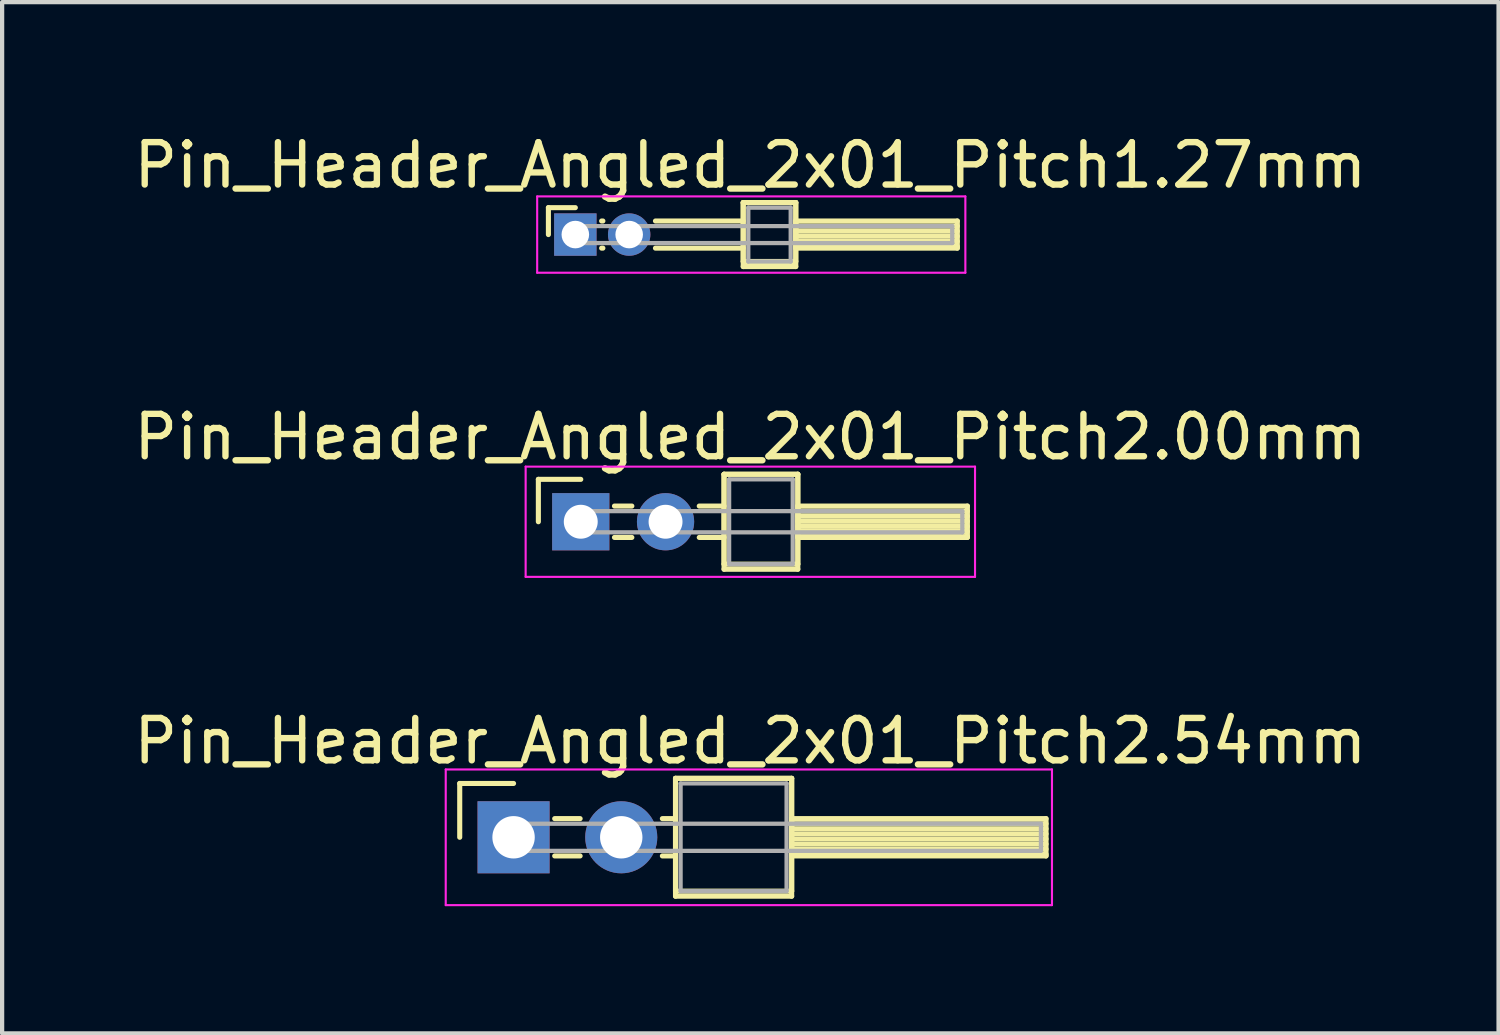
<source format=kicad_pcb>
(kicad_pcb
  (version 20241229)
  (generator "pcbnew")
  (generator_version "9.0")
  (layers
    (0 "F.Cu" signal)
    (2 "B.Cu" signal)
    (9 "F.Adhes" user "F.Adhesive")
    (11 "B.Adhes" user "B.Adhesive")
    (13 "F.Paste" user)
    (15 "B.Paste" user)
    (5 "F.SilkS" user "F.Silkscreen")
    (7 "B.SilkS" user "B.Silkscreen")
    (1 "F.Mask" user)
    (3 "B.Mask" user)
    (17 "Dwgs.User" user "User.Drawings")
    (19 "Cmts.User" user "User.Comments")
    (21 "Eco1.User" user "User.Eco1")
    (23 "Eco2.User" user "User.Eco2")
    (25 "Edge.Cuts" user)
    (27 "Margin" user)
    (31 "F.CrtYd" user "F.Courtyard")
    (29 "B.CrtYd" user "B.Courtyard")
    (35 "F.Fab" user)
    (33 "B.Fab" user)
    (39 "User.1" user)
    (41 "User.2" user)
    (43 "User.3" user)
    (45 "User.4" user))
  (footprint "Pin_Header_Angled_2x01_Pitch2.54mm"
    (layer "F.Cu")
    (at 9.064 16.7)
    (property "Reference" "Pin_Header_Angled_2x01_Pitch2.54mm" (at 5.585 -2.27 0) (layer "F.SilkS") (effects (font (size 1 1) (thickness 0.15))))
    (attr through_hole)
    (fp_line (start -1.27 -1.27) (end 0 -1.27) (stroke (width 0.12) (type solid)) (layer "F.SilkS"))
    (fp_line (start -1.27 0) (end -1.27 -1.27) (stroke (width 0.12) (type solid)) (layer "F.SilkS"))
    (fp_line (start 0.97 -0.44) (end 1.57 -0.44) (stroke (width 0.12) (type solid)) (layer "F.SilkS"))
    (fp_line (start 0.97 0.44) (end 1.57 0.44) (stroke (width 0.12) (type solid)) (layer "F.SilkS"))
    (fp_line (start 3.51 -0.44) (end 3.82 -0.44) (stroke (width 0.12) (type solid)) (layer "F.SilkS"))
    (fp_line (start 3.51 0.44) (end 3.82 0.44) (stroke (width 0.12) (type solid)) (layer "F.SilkS"))
    (fp_line (start 3.82 -1.39) (end 3.82 1.27) (stroke (width 0.12) (type solid)) (layer "F.SilkS"))
    (fp_line (start 3.82 -1.39) (end 3.82 1.39) (stroke (width 0.12) (type solid)) (layer "F.SilkS"))
    (fp_line (start 3.82 1.27) (end 6.56 1.27) (stroke (width 0.12) (type solid)) (layer "F.SilkS"))
    (fp_line (start 3.82 1.39) (end 6.56 1.39) (stroke (width 0.12) (type solid)) (layer "F.SilkS"))
    (fp_line (start 6.56 -1.39) (end 3.82 -1.39) (stroke (width 0.12) (type solid)) (layer "F.SilkS"))
    (fp_line (start 6.56 -1.39) (end 3.82 -1.39) (stroke (width 0.12) (type solid)) (layer "F.SilkS"))
    (fp_line (start 6.56 -0.44) (end 6.56 0.44) (stroke (width 0.12) (type solid)) (layer "F.SilkS"))
    (fp_line (start 6.56 -0.32) (end 12.56 -0.32) (stroke (width 0.12) (type solid)) (layer "F.SilkS"))
    (fp_line (start 6.56 -0.2) (end 12.56 -0.2) (stroke (width 0.12) (type solid)) (layer "F.SilkS"))
    (fp_line (start 6.56 -0.08) (end 12.56 -0.08) (stroke (width 0.12) (type solid)) (layer "F.SilkS"))
    (fp_line (start 6.56 0.04) (end 12.56 0.04) (stroke (width 0.12) (type solid)) (layer "F.SilkS"))
    (fp_line (start 6.56 0.16) (end 12.56 0.16) (stroke (width 0.12) (type solid)) (layer "F.SilkS"))
    (fp_line (start 6.56 0.28) (end 12.56 0.28) (stroke (width 0.12) (type solid)) (layer "F.SilkS"))
    (fp_line (start 6.56 0.4) (end 12.56 0.4) (stroke (width 0.12) (type solid)) (layer "F.SilkS"))
    (fp_line (start 6.56 0.44) (end 12.56 0.44) (stroke (width 0.12) (type solid)) (layer "F.SilkS"))
    (fp_line (start 6.56 1.27) (end 6.56 -1.39) (stroke (width 0.12) (type solid)) (layer "F.SilkS"))
    (fp_line (start 6.56 1.39) (end 6.56 -1.39) (stroke (width 0.12) (type solid)) (layer "F.SilkS"))
    (fp_line (start 12.56 -0.44) (end 6.56 -0.44) (stroke (width 0.12) (type solid)) (layer "F.SilkS"))
    (fp_line (start 12.56 0.44) (end 12.56 -0.44) (stroke (width 0.12) (type solid)) (layer "F.SilkS"))
    (fp_line (start -1.6 -1.6) (end -1.6 1.6) (stroke (width 0.05) (type solid)) (layer "F.CrtYd"))
    (fp_line (start -1.6 1.6) (end 12.7 1.6) (stroke (width 0.05) (type solid)) (layer "F.CrtYd"))
    (fp_line (start 12.7 -1.6) (end -1.6 -1.6) (stroke (width 0.05) (type solid)) (layer "F.CrtYd"))
    (fp_line (start 12.7 1.6) (end 12.7 -1.6) (stroke (width 0.05) (type solid)) (layer "F.CrtYd"))
    (fp_line (start 0 -0.32) (end 0 0.32) (stroke (width 0.1) (type solid)) (layer "F.Fab"))
    (fp_line (start 0 0.32) (end 12.44 0.32) (stroke (width 0.1) (type solid)) (layer "F.Fab"))
    (fp_line (start 3.94 -1.27) (end 3.94 1.27) (stroke (width 0.1) (type solid)) (layer "F.Fab"))
    (fp_line (start 3.94 1.27) (end 6.44 1.27) (stroke (width 0.1) (type solid)) (layer "F.Fab"))
    (fp_line (start 6.44 -1.27) (end 3.94 -1.27) (stroke (width 0.1) (type solid)) (layer "F.Fab"))
    (fp_line (start 6.44 1.27) (end 6.44 -1.27) (stroke (width 0.1) (type solid)) (layer "F.Fab"))
    (fp_line (start 12.44 -0.32) (end 0 -0.32) (stroke (width 0.1) (type solid)) (layer "F.Fab"))
    (fp_line (start 12.44 0.32) (end 12.44 -0.32) (stroke (width 0.1) (type solid)) (layer "F.Fab"))
    (pad "1" thru_hole rect (at 0 0) (size 1.7 1.7) (drill 1) (layers "*.Cu" "*.Mask"))
    (pad "2" thru_hole oval (at 2.54 0) (size 1.7 1.7) (drill 1) (layers "*.Cu" "*.Mask")))
  (footprint "Pin_Header_Angled_2x01_Pitch2.00mm"
    (layer "F.Cu")
    (at 10.649 9.257)
    (property "Reference" "Pin_Header_Angled_2x01_Pitch2.00mm" (at 4 -2 0) (layer "F.SilkS") (effects (font (size 1 1) (thickness 0.15))))
    (attr through_hole)
    (fp_line (start -1 -1) (end 0 -1) (stroke (width 0.12) (type solid)) (layer "F.SilkS"))
    (fp_line (start -1 0) (end -1 -1) (stroke (width 0.12) (type solid)) (layer "F.SilkS"))
    (fp_line (start 0.795 -0.37) (end 1.205 -0.37) (stroke (width 0.12) (type solid)) (layer "F.SilkS"))
    (fp_line (start 0.795 0.37) (end 1.205 0.37) (stroke (width 0.12) (type solid)) (layer "F.SilkS"))
    (fp_line (start 2.795 -0.37) (end 3.38 -0.37) (stroke (width 0.12) (type solid)) (layer "F.SilkS"))
    (fp_line (start 2.795 0.37) (end 3.38 0.37) (stroke (width 0.12) (type solid)) (layer "F.SilkS"))
    (fp_line (start 3.38 -1.12) (end 3.38 1) (stroke (width 0.12) (type solid)) (layer "F.SilkS"))
    (fp_line (start 3.38 -1.12) (end 3.38 1.12) (stroke (width 0.12) (type solid)) (layer "F.SilkS"))
    (fp_line (start 3.38 1) (end 5.12 1) (stroke (width 0.12) (type solid)) (layer "F.SilkS"))
    (fp_line (start 3.38 1.12) (end 5.12 1.12) (stroke (width 0.12) (type solid)) (layer "F.SilkS"))
    (fp_line (start 5.12 -1.12) (end 3.38 -1.12) (stroke (width 0.12) (type solid)) (layer "F.SilkS"))
    (fp_line (start 5.12 -1.12) (end 3.38 -1.12) (stroke (width 0.12) (type solid)) (layer "F.SilkS"))
    (fp_line (start 5.12 -0.37) (end 5.12 0.37) (stroke (width 0.12) (type solid)) (layer "F.SilkS"))
    (fp_line (start 5.12 -0.25) (end 9.12 -0.25) (stroke (width 0.12) (type solid)) (layer "F.SilkS"))
    (fp_line (start 5.12 -0.13) (end 9.12 -0.13) (stroke (width 0.12) (type solid)) (layer "F.SilkS"))
    (fp_line (start 5.12 -0.01) (end 9.12 -0.01) (stroke (width 0.12) (type solid)) (layer "F.SilkS"))
    (fp_line (start 5.12 0.11) (end 9.12 0.11) (stroke (width 0.12) (type solid)) (layer "F.SilkS"))
    (fp_line (start 5.12 0.23) (end 9.12 0.23) (stroke (width 0.12) (type solid)) (layer "F.SilkS"))
    (fp_line (start 5.12 0.35) (end 9.12 0.35) (stroke (width 0.12) (type solid)) (layer "F.SilkS"))
    (fp_line (start 5.12 0.37) (end 9.12 0.37) (stroke (width 0.12) (type solid)) (layer "F.SilkS"))
    (fp_line (start 5.12 1) (end 5.12 -1.12) (stroke (width 0.12) (type solid)) (layer "F.SilkS"))
    (fp_line (start 5.12 1.12) (end 5.12 -1.12) (stroke (width 0.12) (type solid)) (layer "F.SilkS"))
    (fp_line (start 9.12 -0.37) (end 5.12 -0.37) (stroke (width 0.12) (type solid)) (layer "F.SilkS"))
    (fp_line (start 9.12 0.37) (end 9.12 -0.37) (stroke (width 0.12) (type solid)) (layer "F.SilkS"))
    (fp_line (start -1.3 -1.3) (end -1.3 1.3) (stroke (width 0.05) (type solid)) (layer "F.CrtYd"))
    (fp_line (start -1.3 1.3) (end 9.3 1.3) (stroke (width 0.05) (type solid)) (layer "F.CrtYd"))
    (fp_line (start 9.3 -1.3) (end -1.3 -1.3) (stroke (width 0.05) (type solid)) (layer "F.CrtYd"))
    (fp_line (start 9.3 1.3) (end 9.3 -1.3) (stroke (width 0.05) (type solid)) (layer "F.CrtYd"))
    (fp_line (start 0 -0.25) (end 0 0.25) (stroke (width 0.1) (type solid)) (layer "F.Fab"))
    (fp_line (start 0 0.25) (end 9 0.25) (stroke (width 0.1) (type solid)) (layer "F.Fab"))
    (fp_line (start 3.5 -1) (end 3.5 1) (stroke (width 0.1) (type solid)) (layer "F.Fab"))
    (fp_line (start 3.5 1) (end 5 1) (stroke (width 0.1) (type solid)) (layer "F.Fab"))
    (fp_line (start 5 -1) (end 3.5 -1) (stroke (width 0.1) (type solid)) (layer "F.Fab"))
    (fp_line (start 5 1) (end 5 -1) (stroke (width 0.1) (type solid)) (layer "F.Fab"))
    (fp_line (start 9 -0.25) (end 0 -0.25) (stroke (width 0.1) (type solid)) (layer "F.Fab"))
    (fp_line (start 9 0.25) (end 9 -0.25) (stroke (width 0.1) (type solid)) (layer "F.Fab"))
    (pad "1" thru_hole rect (at 0 0) (size 1.35 1.35) (drill 0.8) (layers "*.Cu" "*.Mask"))
    (pad "2" thru_hole oval (at 2 0) (size 1.35 1.35) (drill 0.8) (layers "*.Cu" "*.Mask")))
  (footprint "Pin_Header_Angled_2x01_Pitch1.27mm"
    (layer "F.Cu")
    (at 10.521 2.483)
    (property "Reference" "Pin_Header_Angled_2x01_Pitch1.27mm" (at 4.128 -1.635 0) (layer "F.SilkS") (effects (font (size 1 1) (thickness 0.15))))
    (attr through_hole)
    (fp_line (start -0.635 -0.635) (end 0 -0.635) (stroke (width 0.12) (type solid)) (layer "F.SilkS"))
    (fp_line (start -0.635 0) (end -0.635 -0.635) (stroke (width 0.12) (type solid)) (layer "F.SilkS"))
    (fp_line (start 0.62 -0.32) (end 0.65 -0.32) (stroke (width 0.12) (type solid)) (layer "F.SilkS"))
    (fp_line (start 0.62 0.32) (end 0.65 0.32) (stroke (width 0.12) (type solid)) (layer "F.SilkS"))
    (fp_line (start 1.89 -0.32) (end 3.96 -0.32) (stroke (width 0.12) (type solid)) (layer "F.SilkS"))
    (fp_line (start 1.89 0.32) (end 3.96 0.32) (stroke (width 0.12) (type solid)) (layer "F.SilkS"))
    (fp_line (start 3.96 -0.755) (end 3.96 0.635) (stroke (width 0.12) (type solid)) (layer "F.SilkS"))
    (fp_line (start 3.96 -0.755) (end 3.96 0.755) (stroke (width 0.12) (type solid)) (layer "F.SilkS"))
    (fp_line (start 3.96 0.635) (end 5.2 0.635) (stroke (width 0.12) (type solid)) (layer "F.SilkS"))
    (fp_line (start 3.96 0.755) (end 5.2 0.755) (stroke (width 0.12) (type solid)) (layer "F.SilkS"))
    (fp_line (start 5.2 -0.755) (end 3.96 -0.755) (stroke (width 0.12) (type solid)) (layer "F.SilkS"))
    (fp_line (start 5.2 -0.755) (end 3.96 -0.755) (stroke (width 0.12) (type solid)) (layer "F.SilkS"))
    (fp_line (start 5.2 -0.32) (end 5.2 0.32) (stroke (width 0.12) (type solid)) (layer "F.SilkS"))
    (fp_line (start 5.2 -0.2) (end 9.01 -0.2) (stroke (width 0.12) (type solid)) (layer "F.SilkS"))
    (fp_line (start 5.2 -0.08) (end 9.01 -0.08) (stroke (width 0.12) (type solid)) (layer "F.SilkS"))
    (fp_line (start 5.2 0.04) (end 9.01 0.04) (stroke (width 0.12) (type solid)) (layer "F.SilkS"))
    (fp_line (start 5.2 0.16) (end 9.01 0.16) (stroke (width 0.12) (type solid)) (layer "F.SilkS"))
    (fp_line (start 5.2 0.28) (end 9.01 0.28) (stroke (width 0.12) (type solid)) (layer "F.SilkS"))
    (fp_line (start 5.2 0.32) (end 9.01 0.32) (stroke (width 0.12) (type solid)) (layer "F.SilkS"))
    (fp_line (start 5.2 0.635) (end 5.2 -0.755) (stroke (width 0.12) (type solid)) (layer "F.SilkS"))
    (fp_line (start 5.2 0.755) (end 5.2 -0.755) (stroke (width 0.12) (type solid)) (layer "F.SilkS"))
    (fp_line (start 9.01 -0.32) (end 5.2 -0.32) (stroke (width 0.12) (type solid)) (layer "F.SilkS"))
    (fp_line (start 9.01 0.32) (end 9.01 -0.32) (stroke (width 0.12) (type solid)) (layer "F.SilkS"))
    (fp_line (start -0.9 -0.9) (end -0.9 0.9) (stroke (width 0.05) (type solid)) (layer "F.CrtYd"))
    (fp_line (start -0.9 0.9) (end 9.2 0.9) (stroke (width 0.05) (type solid)) (layer "F.CrtYd"))
    (fp_line (start 9.2 -0.9) (end -0.9 -0.9) (stroke (width 0.05) (type solid)) (layer "F.CrtYd"))
    (fp_line (start 9.2 0.9) (end 9.2 -0.9) (stroke (width 0.05) (type solid)) (layer "F.CrtYd"))
    (fp_line (start 0 -0.2) (end 0 0.2) (stroke (width 0.1) (type solid)) (layer "F.Fab"))
    (fp_line (start 0 0.2) (end 8.89 0.2) (stroke (width 0.1) (type solid)) (layer "F.Fab"))
    (fp_line (start 4.08 -0.635) (end 4.08 0.635) (stroke (width 0.1) (type solid)) (layer "F.Fab"))
    (fp_line (start 4.08 0.635) (end 5.08 0.635) (stroke (width 0.1) (type solid)) (layer "F.Fab"))
    (fp_line (start 5.08 -0.635) (end 4.08 -0.635) (stroke (width 0.1) (type solid)) (layer "F.Fab"))
    (fp_line (start 5.08 0.635) (end 5.08 -0.635) (stroke (width 0.1) (type solid)) (layer "F.Fab"))
    (fp_line (start 8.89 -0.2) (end 0 -0.2) (stroke (width 0.1) (type solid)) (layer "F.Fab"))
    (fp_line (start 8.89 0.2) (end 8.89 -0.2) (stroke (width 0.1) (type solid)) (layer "F.Fab"))
    (pad "1" thru_hole rect (at 0 0) (size 1 1) (drill 0.65) (layers "*.Cu" "*.Mask"))
    (pad "2" thru_hole oval (at 1.27 0) (size 1 1) (drill 0.65) (layers "*.Cu" "*.Mask")))
  (gr_rect
    (start -3 -3)
    (end 32.298 21.325)
    (stroke (width 0.1) (type default))
    (fill no)
    (layer "Edge.Cuts")))
</source>
